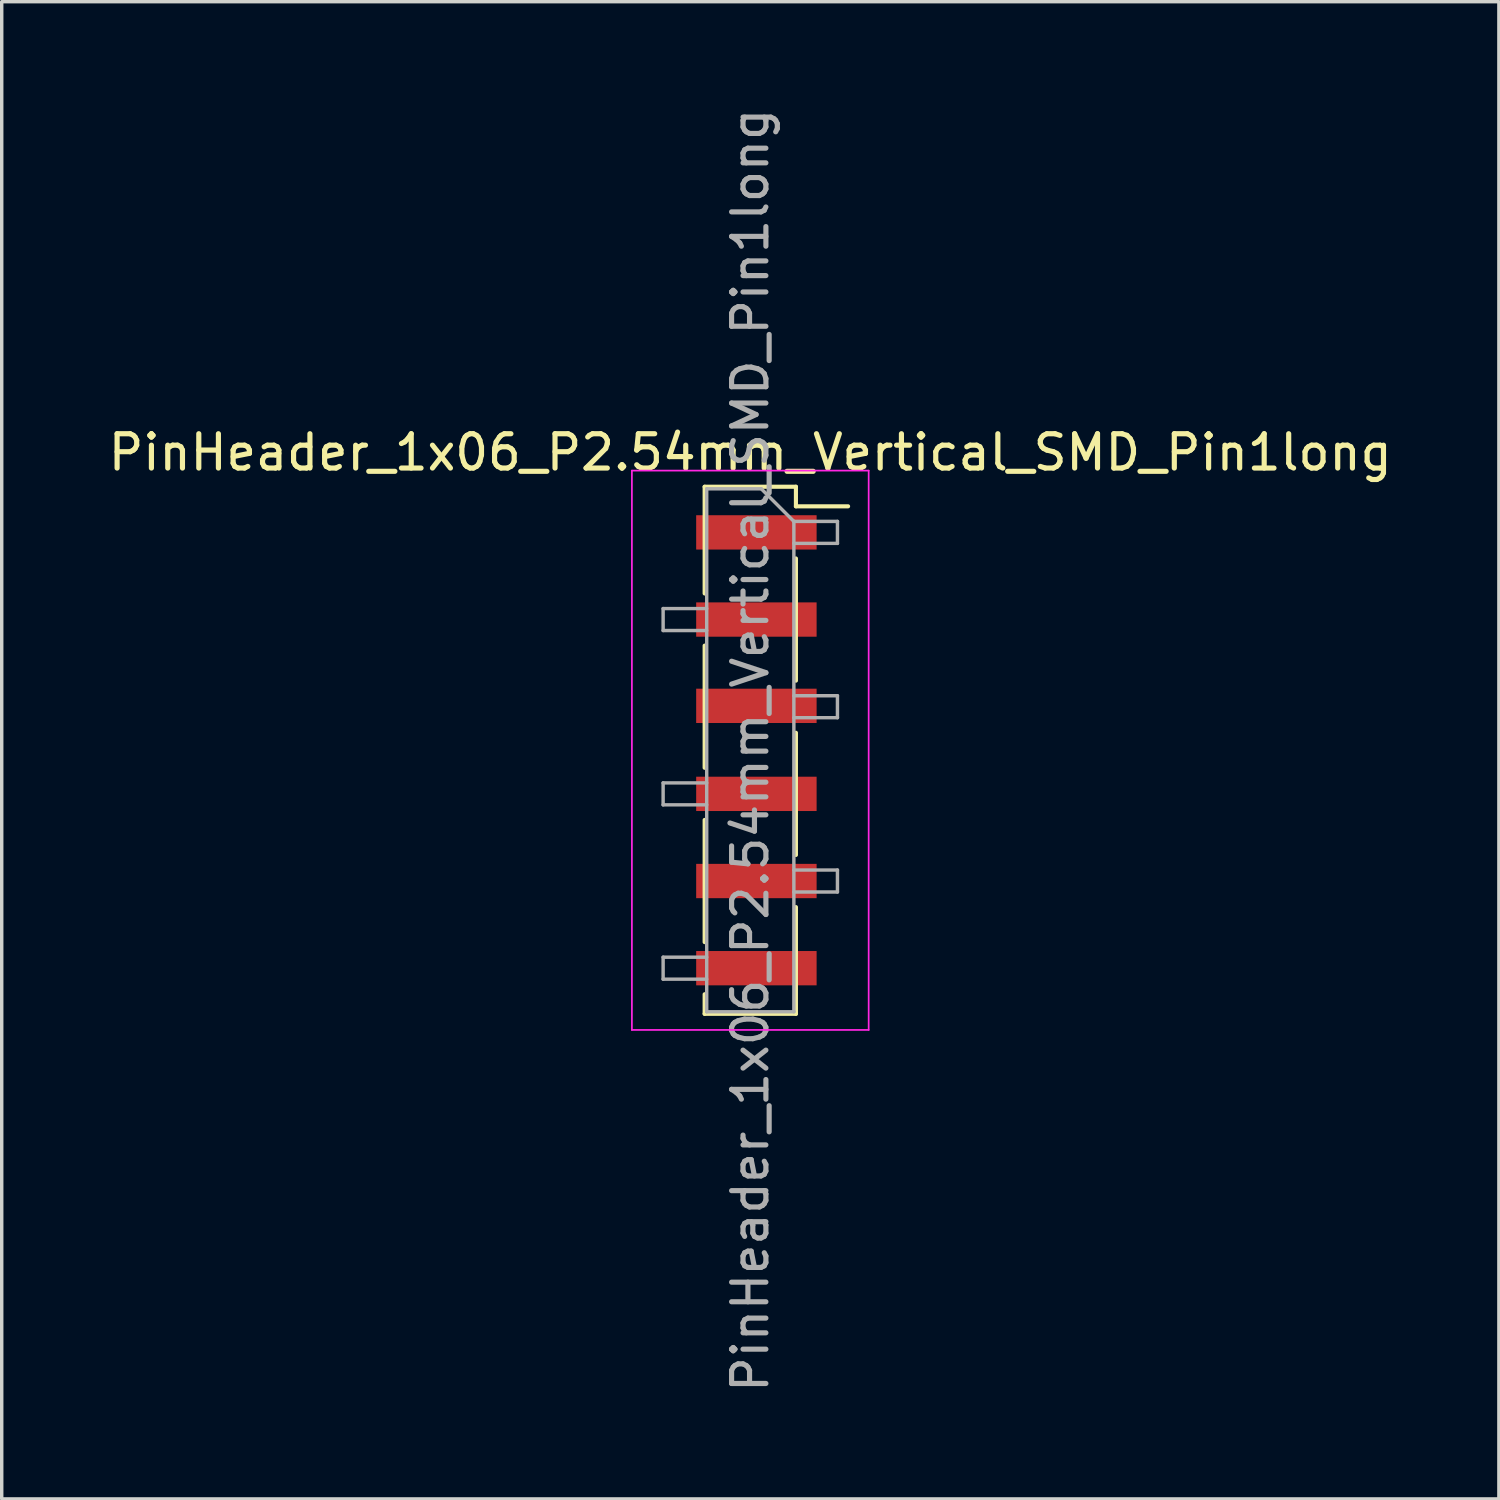
<source format=kicad_pcb>
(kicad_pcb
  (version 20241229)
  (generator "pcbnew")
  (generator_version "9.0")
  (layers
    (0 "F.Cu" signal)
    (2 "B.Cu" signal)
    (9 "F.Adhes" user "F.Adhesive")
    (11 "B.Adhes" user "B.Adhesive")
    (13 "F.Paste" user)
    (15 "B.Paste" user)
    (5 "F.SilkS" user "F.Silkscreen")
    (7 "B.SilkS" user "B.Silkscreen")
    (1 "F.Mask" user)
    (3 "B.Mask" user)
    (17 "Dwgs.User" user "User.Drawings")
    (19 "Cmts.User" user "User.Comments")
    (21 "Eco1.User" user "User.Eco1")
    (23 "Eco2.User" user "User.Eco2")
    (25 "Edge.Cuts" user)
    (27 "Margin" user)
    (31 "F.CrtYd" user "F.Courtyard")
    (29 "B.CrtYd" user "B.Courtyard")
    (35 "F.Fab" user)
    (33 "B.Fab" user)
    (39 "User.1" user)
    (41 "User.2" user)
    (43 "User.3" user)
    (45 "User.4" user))
  (footprint "PinHeader_1x06_P2.54mm_Vertical_SMD_Pin1long"
    (layer "F.Cu")
    (at 18.815 18.815)
    (property "Reference" "PinHeader_1x06_P2.54mm_Vertical_SMD_Pin1long" (at 0 -8.68 0) (layer "F.SilkS") (effects (font (size 1 1) (thickness 0.15))))
    (attr smd)
    (fp_line (start -1.33 -7.68) (end -1.33 -4.57) (stroke (width 0.12) (type solid)) (layer "F.SilkS"))
    (fp_line (start -1.33 -7.68) (end 1.33 -7.68) (stroke (width 0.12) (type solid)) (layer "F.SilkS"))
    (fp_line (start -1.33 -3.05) (end -1.33 0.51) (stroke (width 0.12) (type solid)) (layer "F.SilkS"))
    (fp_line (start -1.33 2.03) (end -1.33 5.59) (stroke (width 0.12) (type solid)) (layer "F.SilkS"))
    (fp_line (start -1.33 7.11) (end -1.33 7.68) (stroke (width 0.12) (type solid)) (layer "F.SilkS"))
    (fp_line (start -1.33 7.68) (end 1.33 7.68) (stroke (width 0.12) (type solid)) (layer "F.SilkS"))
    (fp_line (start 1.33 -7.68) (end 1.33 -7.11) (stroke (width 0.12) (type solid)) (layer "F.SilkS"))
    (fp_line (start 1.33 -7.11) (end 2.85 -7.11) (stroke (width 0.12) (type solid)) (layer "F.SilkS"))
    (fp_line (start 1.33 -5.59) (end 1.33 -2.03) (stroke (width 0.12) (type solid)) (layer "F.SilkS"))
    (fp_line (start 1.33 -0.51) (end 1.33 3.05) (stroke (width 0.12) (type solid)) (layer "F.SilkS"))
    (fp_line (start 1.33 4.57) (end 1.33 7.68) (stroke (width 0.12) (type solid)) (layer "F.SilkS"))
    (fp_line (start -3.45 -8.15) (end -3.45 8.15) (stroke (width 0.05) (type solid)) (layer "F.CrtYd"))
    (fp_line (start -3.45 8.15) (end 3.45 8.15) (stroke (width 0.05) (type solid)) (layer "F.CrtYd"))
    (fp_line (start 3.45 -8.15) (end -3.45 -8.15) (stroke (width 0.05) (type solid)) (layer "F.CrtYd"))
    (fp_line (start 3.45 8.15) (end 3.45 -8.15) (stroke (width 0.05) (type solid)) (layer "F.CrtYd"))
    (fp_line (start -2.54 -4.13) (end -2.54 -3.49) (stroke (width 0.1) (type solid)) (layer "F.Fab"))
    (fp_line (start -2.54 -3.49) (end -1.27 -3.49) (stroke (width 0.1) (type solid)) (layer "F.Fab"))
    (fp_line (start -2.54 0.95) (end -2.54 1.59) (stroke (width 0.1) (type solid)) (layer "F.Fab"))
    (fp_line (start -2.54 1.59) (end -1.27 1.59) (stroke (width 0.1) (type solid)) (layer "F.Fab"))
    (fp_line (start -2.54 6.03) (end -2.54 6.67) (stroke (width 0.1) (type solid)) (layer "F.Fab"))
    (fp_line (start -2.54 6.67) (end -1.27 6.67) (stroke (width 0.1) (type solid)) (layer "F.Fab"))
    (fp_line (start -1.27 -7.62) (end -1.27 7.62) (stroke (width 0.1) (type solid)) (layer "F.Fab"))
    (fp_line (start -1.27 -7.62) (end 0.32 -7.62) (stroke (width 0.1) (type solid)) (layer "F.Fab"))
    (fp_line (start -1.27 -4.13) (end -2.54 -4.13) (stroke (width 0.1) (type solid)) (layer "F.Fab"))
    (fp_line (start -1.27 0.95) (end -2.54 0.95) (stroke (width 0.1) (type solid)) (layer "F.Fab"))
    (fp_line (start -1.27 6.03) (end -2.54 6.03) (stroke (width 0.1) (type solid)) (layer "F.Fab"))
    (fp_line (start 1.27 -6.67) (end 0.32 -7.62) (stroke (width 0.1) (type solid)) (layer "F.Fab"))
    (fp_line (start 1.27 -6.67) (end 2.54 -6.67) (stroke (width 0.1) (type solid)) (layer "F.Fab"))
    (fp_line (start 1.27 -1.59) (end 2.54 -1.59) (stroke (width 0.1) (type solid)) (layer "F.Fab"))
    (fp_line (start 1.27 3.49) (end 2.54 3.49) (stroke (width 0.1) (type solid)) (layer "F.Fab"))
    (fp_line (start 1.27 7.62) (end -1.27 7.62) (stroke (width 0.1) (type solid)) (layer "F.Fab"))
    (fp_line (start 1.27 7.62) (end 1.27 -6.67) (stroke (width 0.1) (type solid)) (layer "F.Fab"))
    (fp_line (start 2.54 -6.67) (end 2.54 -6.03) (stroke (width 0.1) (type solid)) (layer "F.Fab"))
    (fp_line (start 2.54 -6.03) (end 1.27 -6.03) (stroke (width 0.1) (type solid)) (layer "F.Fab"))
    (fp_line (start 2.54 -1.59) (end 2.54 -0.95) (stroke (width 0.1) (type solid)) (layer "F.Fab"))
    (fp_line (start 2.54 -0.95) (end 1.27 -0.95) (stroke (width 0.1) (type solid)) (layer "F.Fab"))
    (fp_line (start 2.54 3.49) (end 2.54 4.13) (stroke (width 0.1) (type solid)) (layer "F.Fab"))
    (fp_line (start 2.54 4.13) (end 1.27 4.13) (stroke (width 0.1) (type solid)) (layer "F.Fab"))
    (fp_text user "${REFERENCE}" (at 0 0 90) (layer "F.Fab") (effects (font (size 1 1) (thickness 0.15))))
    (pad "1" smd rect (at 0.178 -6.35) (size 3.51 1) (layers "F.Cu" "F.Mask" "F.Paste"))
    (pad "2" smd rect (at 0.178 -3.81) (size 3.51 1) (layers "F.Cu" "F.Mask" "F.Paste"))
    (pad "3" smd rect (at 0.178 -1.295) (size 3.51 1) (layers "F.Cu" "F.Mask" "F.Paste"))
    (pad "4" smd rect (at 0.178 1.27) (size 3.51 1) (layers "F.Cu" "F.Mask" "F.Paste"))
    (pad "5" smd rect (at 0.178 3.81) (size 3.51 1) (layers "F.Cu" "F.Mask" "F.Paste"))
    (pad "6" smd rect (at 0.178 6.35) (size 3.51 1) (layers "F.Cu" "F.Mask" "F.Paste")))
  (gr_rect
    (start -3 -3)
    (end 40.631 40.631)
    (stroke (width 0.1) (type default))
    (fill no)
    (layer "Edge.Cuts")))
</source>
